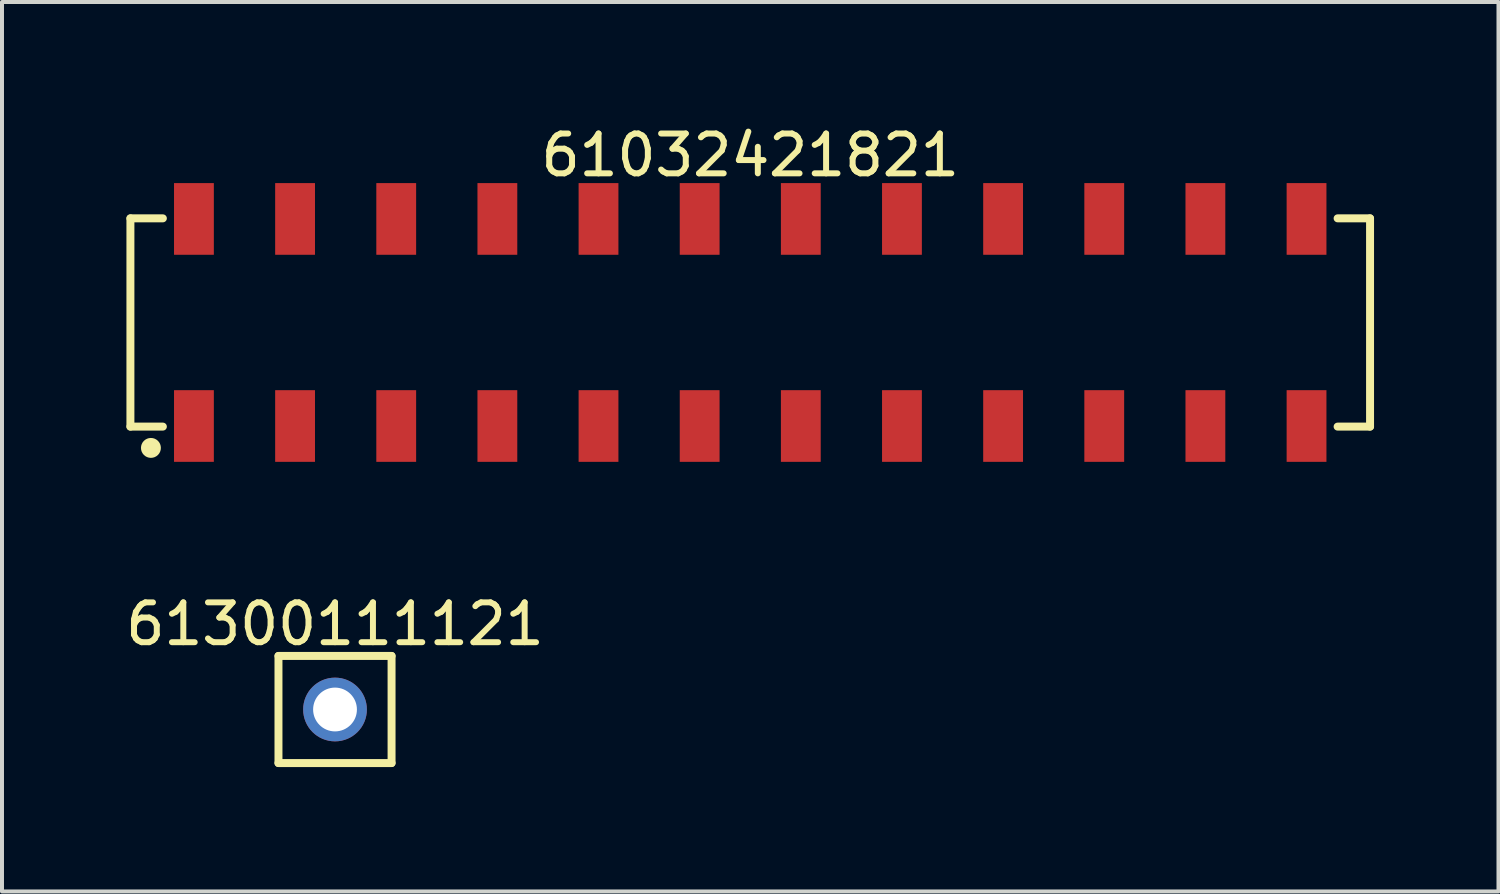
<source format=kicad_pcb>
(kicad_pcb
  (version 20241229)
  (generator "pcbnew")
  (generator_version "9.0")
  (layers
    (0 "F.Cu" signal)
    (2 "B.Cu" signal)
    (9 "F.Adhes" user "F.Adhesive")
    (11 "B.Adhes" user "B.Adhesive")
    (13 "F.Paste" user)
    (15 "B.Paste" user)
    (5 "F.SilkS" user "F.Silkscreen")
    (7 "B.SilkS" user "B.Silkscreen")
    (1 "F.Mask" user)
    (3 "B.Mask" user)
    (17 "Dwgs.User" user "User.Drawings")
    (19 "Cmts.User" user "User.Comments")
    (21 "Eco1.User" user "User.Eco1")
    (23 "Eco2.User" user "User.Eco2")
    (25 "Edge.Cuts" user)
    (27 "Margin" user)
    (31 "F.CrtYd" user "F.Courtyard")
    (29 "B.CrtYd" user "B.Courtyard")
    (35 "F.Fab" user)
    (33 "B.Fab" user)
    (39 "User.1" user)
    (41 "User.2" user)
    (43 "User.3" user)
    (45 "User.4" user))
  (footprint "61032421821"
    (layer "F.Cu")
    (at 15.79 5.048)
    (property "Reference" "61032421821" (at 0 -4.2 0) (layer "F.SilkS") (effects (font (size 1 1) (thickness 0.15))))
    (fp_line (start -15.565 -2.615) (end -14.75 -2.615) (stroke (width 0.2) (type solid)) (layer "F.SilkS"))
    (fp_line (start -15.565 2.615) (end -15.565 -2.615) (stroke (width 0.2) (type solid)) (layer "F.SilkS"))
    (fp_line (start -15.565 2.615) (end -14.75 2.615) (stroke (width 0.2) (type solid)) (layer "F.SilkS"))
    (fp_line (start 14.75 -2.615) (end 15.565 -2.615) (stroke (width 0.2) (type solid)) (layer "F.SilkS"))
    (fp_line (start 14.75 2.615) (end 15.565 2.615) (stroke (width 0.2) (type solid)) (layer "F.SilkS"))
    (fp_line (start 15.565 2.615) (end 15.565 -2.615) (stroke (width 0.2) (type solid)) (layer "F.SilkS"))
    (fp_circle (center -15.05 3.15) (end -15.05 3.025) (stroke (width 0.25) (type solid)) (fill no) (layer "F.SilkS"))
    (fp_line (start -15.765 -3.7) (end 15.765 -3.7) (stroke (width 0.05) (type solid)) (layer "Eco2.User"))
    (fp_line (start -15.765 3.7) (end -15.765 -3.7) (stroke (width 0.05) (type solid)) (layer "Eco2.User"))
    (fp_line (start -15.765 3.7) (end 15.765 3.7) (stroke (width 0.05) (type solid)) (layer "Eco2.User"))
    (fp_line (start -15.49 -2.54) (end 15.49 -2.54) (stroke (width 0.1) (type solid)) (layer "Eco2.User"))
    (fp_line (start -15.49 2.54) (end -15.49 -2.54) (stroke (width 0.1) (type solid)) (layer "Eco2.User"))
    (fp_line (start -15.49 2.54) (end 15.49 2.54) (stroke (width 0.1) (type solid)) (layer "Eco2.User"))
    (fp_line (start -14.29 -3.35) (end -13.65 -3.35) (stroke (width 0.1) (type solid)) (layer "Eco2.User"))
    (fp_line (start -14.29 -2.54) (end -14.29 -3.35) (stroke (width 0.1) (type solid)) (layer "Eco2.User"))
    (fp_line (start -14.29 3.35) (end -14.29 2.54) (stroke (width 0.1) (type solid)) (layer "Eco2.User"))
    (fp_line (start -14.29 3.35) (end -13.65 3.35) (stroke (width 0.1) (type solid)) (layer "Eco2.User"))
    (fp_line (start -13.65 -2.54) (end -13.65 -3.35) (stroke (width 0.1) (type solid)) (layer "Eco2.User"))
    (fp_line (start -13.65 3.35) (end -13.65 2.54) (stroke (width 0.1) (type solid)) (layer "Eco2.User"))
    (fp_line (start -11.75 -3.35) (end -11.11 -3.35) (stroke (width 0.1) (type solid)) (layer "Eco2.User"))
    (fp_line (start -11.75 -2.54) (end -11.75 -3.35) (stroke (width 0.1) (type solid)) (layer "Eco2.User"))
    (fp_line (start -11.75 3.35) (end -11.75 2.54) (stroke (width 0.1) (type solid)) (layer "Eco2.User"))
    (fp_line (start -11.75 3.35) (end -11.11 3.35) (stroke (width 0.1) (type solid)) (layer "Eco2.User"))
    (fp_line (start -11.11 -2.54) (end -11.11 -3.35) (stroke (width 0.1) (type solid)) (layer "Eco2.User"))
    (fp_line (start -11.11 3.35) (end -11.11 2.54) (stroke (width 0.1) (type solid)) (layer "Eco2.User"))
    (fp_line (start -9.21 -3.35) (end -8.57 -3.35) (stroke (width 0.1) (type solid)) (layer "Eco2.User"))
    (fp_line (start -9.21 -2.54) (end -9.21 -3.35) (stroke (width 0.1) (type solid)) (layer "Eco2.User"))
    (fp_line (start -9.21 3.35) (end -9.21 2.54) (stroke (width 0.1) (type solid)) (layer "Eco2.User"))
    (fp_line (start -9.21 3.35) (end -8.57 3.35) (stroke (width 0.1) (type solid)) (layer "Eco2.User"))
    (fp_line (start -8.57 -2.54) (end -8.57 -3.35) (stroke (width 0.1) (type solid)) (layer "Eco2.User"))
    (fp_line (start -8.57 3.35) (end -8.57 2.54) (stroke (width 0.1) (type solid)) (layer "Eco2.User"))
    (fp_line (start -6.67 -3.35) (end -6.03 -3.35) (stroke (width 0.1) (type solid)) (layer "Eco2.User"))
    (fp_line (start -6.67 -2.54) (end -6.67 -3.35) (stroke (width 0.1) (type solid)) (layer "Eco2.User"))
    (fp_line (start -6.67 3.35) (end -6.67 2.54) (stroke (width 0.1) (type solid)) (layer "Eco2.User"))
    (fp_line (start -6.67 3.35) (end -6.03 3.35) (stroke (width 0.1) (type solid)) (layer "Eco2.User"))
    (fp_line (start -6.03 -2.54) (end -6.03 -3.35) (stroke (width 0.1) (type solid)) (layer "Eco2.User"))
    (fp_line (start -6.03 3.35) (end -6.03 2.54) (stroke (width 0.1) (type solid)) (layer "Eco2.User"))
    (fp_line (start -4.13 -3.35) (end -3.49 -3.35) (stroke (width 0.1) (type solid)) (layer "Eco2.User"))
    (fp_line (start -4.13 -2.54) (end -4.13 -3.35) (stroke (width 0.1) (type solid)) (layer "Eco2.User"))
    (fp_line (start -4.13 3.35) (end -4.13 2.54) (stroke (width 0.1) (type solid)) (layer "Eco2.User"))
    (fp_line (start -4.13 3.35) (end -3.49 3.35) (stroke (width 0.1) (type solid)) (layer "Eco2.User"))
    (fp_line (start -3.49 -2.54) (end -3.49 -3.35) (stroke (width 0.1) (type solid)) (layer "Eco2.User"))
    (fp_line (start -3.49 3.35) (end -3.49 2.54) (stroke (width 0.1) (type solid)) (layer "Eco2.User"))
    (fp_line (start -1.59 -3.35) (end -0.95 -3.35) (stroke (width 0.1) (type solid)) (layer "Eco2.User"))
    (fp_line (start -1.59 -2.54) (end -1.59 -3.35) (stroke (width 0.1) (type solid)) (layer "Eco2.User"))
    (fp_line (start -1.59 3.35) (end -1.59 2.54) (stroke (width 0.1) (type solid)) (layer "Eco2.User"))
    (fp_line (start -1.59 3.35) (end -0.95 3.35) (stroke (width 0.1) (type solid)) (layer "Eco2.User"))
    (fp_line (start -0.95 -2.54) (end -0.95 -3.35) (stroke (width 0.1) (type solid)) (layer "Eco2.User"))
    (fp_line (start -0.95 3.35) (end -0.95 2.54) (stroke (width 0.1) (type solid)) (layer "Eco2.User"))
    (fp_line (start -0.5 0) (end 0.5 0) (stroke (width 0.05) (type solid)) (layer "Eco2.User"))
    (fp_line (start 0 0.5) (end 0 -0.5) (stroke (width 0.05) (type solid)) (layer "Eco2.User"))
    (fp_line (start 0.95 -3.35) (end 1.59 -3.35) (stroke (width 0.1) (type solid)) (layer "Eco2.User"))
    (fp_line (start 0.95 -2.54) (end 0.95 -3.35) (stroke (width 0.1) (type solid)) (layer "Eco2.User"))
    (fp_line (start 0.95 3.35) (end 0.95 2.54) (stroke (width 0.1) (type solid)) (layer "Eco2.User"))
    (fp_line (start 0.95 3.35) (end 1.59 3.35) (stroke (width 0.1) (type solid)) (layer "Eco2.User"))
    (fp_line (start 1.59 -2.54) (end 1.59 -3.35) (stroke (width 0.1) (type solid)) (layer "Eco2.User"))
    (fp_line (start 1.59 3.35) (end 1.59 2.54) (stroke (width 0.1) (type solid)) (layer "Eco2.User"))
    (fp_line (start 3.49 -3.35) (end 4.13 -3.35) (stroke (width 0.1) (type solid)) (layer "Eco2.User"))
    (fp_line (start 3.49 -2.54) (end 3.49 -3.35) (stroke (width 0.1) (type solid)) (layer "Eco2.User"))
    (fp_line (start 3.49 3.35) (end 3.49 2.54) (stroke (width 0.1) (type solid)) (layer "Eco2.User"))
    (fp_line (start 3.49 3.35) (end 4.13 3.35) (stroke (width 0.1) (type solid)) (layer "Eco2.User"))
    (fp_line (start 4.13 -2.54) (end 4.13 -3.35) (stroke (width 0.1) (type solid)) (layer "Eco2.User"))
    (fp_line (start 4.13 3.35) (end 4.13 2.54) (stroke (width 0.1) (type solid)) (layer "Eco2.User"))
    (fp_line (start 6.03 -3.35) (end 6.67 -3.35) (stroke (width 0.1) (type solid)) (layer "Eco2.User"))
    (fp_line (start 6.03 -2.54) (end 6.03 -3.35) (stroke (width 0.1) (type solid)) (layer "Eco2.User"))
    (fp_line (start 6.03 3.35) (end 6.03 2.54) (stroke (width 0.1) (type solid)) (layer "Eco2.User"))
    (fp_line (start 6.03 3.35) (end 6.67 3.35) (stroke (width 0.1) (type solid)) (layer "Eco2.User"))
    (fp_line (start 6.67 -2.54) (end 6.67 -3.35) (stroke (width 0.1) (type solid)) (layer "Eco2.User"))
    (fp_line (start 6.67 3.35) (end 6.67 2.54) (stroke (width 0.1) (type solid)) (layer "Eco2.User"))
    (fp_line (start 8.57 -3.35) (end 9.21 -3.35) (stroke (width 0.1) (type solid)) (layer "Eco2.User"))
    (fp_line (start 8.57 -2.54) (end 8.57 -3.35) (stroke (width 0.1) (type solid)) (layer "Eco2.User"))
    (fp_line (start 8.57 3.35) (end 8.57 2.54) (stroke (width 0.1) (type solid)) (layer "Eco2.User"))
    (fp_line (start 8.57 3.35) (end 9.21 3.35) (stroke (width 0.1) (type solid)) (layer "Eco2.User"))
    (fp_line (start 9.21 -2.54) (end 9.21 -3.35) (stroke (width 0.1) (type solid)) (layer "Eco2.User"))
    (fp_line (start 9.21 3.35) (end 9.21 2.54) (stroke (width 0.1) (type solid)) (layer "Eco2.User"))
    (fp_line (start 11.11 -3.35) (end 11.75 -3.35) (stroke (width 0.1) (type solid)) (layer "Eco2.User"))
    (fp_line (start 11.11 -2.54) (end 11.11 -3.35) (stroke (width 0.1) (type solid)) (layer "Eco2.User"))
    (fp_line (start 11.11 3.35) (end 11.11 2.54) (stroke (width 0.1) (type solid)) (layer "Eco2.User"))
    (fp_line (start 11.11 3.35) (end 11.75 3.35) (stroke (width 0.1) (type solid)) (layer "Eco2.User"))
    (fp_line (start 11.75 -2.54) (end 11.75 -3.35) (stroke (width 0.1) (type solid)) (layer "Eco2.User"))
    (fp_line (start 11.75 3.35) (end 11.75 2.54) (stroke (width 0.1) (type solid)) (layer "Eco2.User"))
    (fp_line (start 13.65 -3.35) (end 14.29 -3.35) (stroke (width 0.1) (type solid)) (layer "Eco2.User"))
    (fp_line (start 13.65 -2.54) (end 13.65 -3.35) (stroke (width 0.1) (type solid)) (layer "Eco2.User"))
    (fp_line (start 13.65 3.35) (end 13.65 2.54) (stroke (width 0.1) (type solid)) (layer "Eco2.User"))
    (fp_line (start 13.65 3.35) (end 14.29 3.35) (stroke (width 0.1) (type solid)) (layer "Eco2.User"))
    (fp_line (start 14.29 -2.54) (end 14.29 -3.35) (stroke (width 0.1) (type solid)) (layer "Eco2.User"))
    (fp_line (start 14.29 3.35) (end 14.29 2.54) (stroke (width 0.1) (type solid)) (layer "Eco2.User"))
    (fp_line (start 15.49 2.54) (end 15.49 -2.54) (stroke (width 0.1) (type solid)) (layer "Eco2.User"))
    (fp_line (start 15.765 3.7) (end 15.765 -3.7) (stroke (width 0.05) (type solid)) (layer "Eco2.User"))
    (fp_text user "${REFERENCE}" (at 0.15 -0.197 0) (unlocked yes) (layer "User.3") (effects (font (size 1.5 1.5) (thickness 0.15))))
    (pad "1" smd rect (at -13.97 2.6) (size 1 1.8) (layers "F.Cu" "F.Mask" "F.Paste"))
    (pad "2" smd rect (at -13.97 -2.6) (size 1 1.8) (layers "F.Cu" "F.Mask" "F.Paste"))
    (pad "3" smd rect (at -11.43 2.6) (size 1 1.8) (layers "F.Cu" "F.Mask" "F.Paste"))
    (pad "4" smd rect (at -11.43 -2.6) (size 1 1.8) (layers "F.Cu" "F.Mask" "F.Paste"))
    (pad "5" smd rect (at -8.89 2.6) (size 1 1.8) (layers "F.Cu" "F.Mask" "F.Paste"))
    (pad "6" smd rect (at -8.89 -2.6) (size 1 1.8) (layers "F.Cu" "F.Mask" "F.Paste"))
    (pad "7" smd rect (at -6.35 2.6) (size 1 1.8) (layers "F.Cu" "F.Mask" "F.Paste"))
    (pad "8" smd rect (at -6.35 -2.6) (size 1 1.8) (layers "F.Cu" "F.Mask" "F.Paste"))
    (pad "9" smd rect (at -3.81 2.6) (size 1 1.8) (layers "F.Cu" "F.Mask" "F.Paste"))
    (pad "10" smd rect (at -3.81 -2.6) (size 1 1.8) (layers "F.Cu" "F.Mask" "F.Paste"))
    (pad "11" smd rect (at -1.27 2.6) (size 1 1.8) (layers "F.Cu" "F.Mask" "F.Paste"))
    (pad "12" smd rect (at -1.27 -2.6) (size 1 1.8) (layers "F.Cu" "F.Mask" "F.Paste"))
    (pad "13" smd rect (at 1.27 2.6) (size 1 1.8) (layers "F.Cu" "F.Mask" "F.Paste"))
    (pad "14" smd rect (at 1.27 -2.6) (size 1 1.8) (layers "F.Cu" "F.Mask" "F.Paste"))
    (pad "15" smd rect (at 3.81 2.6) (size 1 1.8) (layers "F.Cu" "F.Mask" "F.Paste"))
    (pad "16" smd rect (at 3.81 -2.6) (size 1 1.8) (layers "F.Cu" "F.Mask" "F.Paste"))
    (pad "17" smd rect (at 6.35 2.6) (size 1 1.8) (layers "F.Cu" "F.Mask" "F.Paste"))
    (pad "18" smd rect (at 6.35 -2.6) (size 1 1.8) (layers "F.Cu" "F.Mask" "F.Paste"))
    (pad "19" smd rect (at 8.89 2.6) (size 1 1.8) (layers "F.Cu" "F.Mask" "F.Paste"))
    (pad "20" smd rect (at 8.89 -2.6) (size 1 1.8) (layers "F.Cu" "F.Mask" "F.Paste"))
    (pad "21" smd rect (at 11.43 2.6) (size 1 1.8) (layers "F.Cu" "F.Mask" "F.Paste"))
    (pad "22" smd rect (at 11.43 -2.6) (size 1 1.8) (layers "F.Cu" "F.Mask" "F.Paste"))
    (pad "23" smd rect (at 13.97 2.6) (size 1 1.8) (layers "F.Cu" "F.Mask" "F.Paste"))
    (pad "24" smd rect (at 13.97 -2.6) (size 1 1.8) (layers "F.Cu" "F.Mask" "F.Paste")))
  (footprint "61300111121"
    (layer "F.Cu")
    (at 5.363 14.767)
    (property "Reference" "61300111121" (at 0 -2.145 0) (layer "F.SilkS") (effects (font (size 1 1) (thickness 0.15))))
    (fp_line (start -1.42 -1.345) (end 1.42 -1.345) (stroke (width 0.2) (type solid)) (layer "F.SilkS"))
    (fp_line (start -1.42 1.345) (end -1.42 -1.345) (stroke (width 0.2) (type solid)) (layer "F.SilkS"))
    (fp_line (start -1.42 1.345) (end 1.42 1.345) (stroke (width 0.2) (type solid)) (layer "F.SilkS"))
    (fp_line (start 1.42 1.345) (end 1.42 -1.345) (stroke (width 0.2) (type solid)) (layer "F.SilkS"))
    (fp_line (start -1.62 -1.545) (end 1.62 -1.545) (stroke (width 0.05) (type solid)) (layer "Eco2.User"))
    (fp_line (start -1.62 1.545) (end -1.62 -1.545) (stroke (width 0.05) (type solid)) (layer "Eco2.User"))
    (fp_line (start -1.62 1.545) (end 1.62 1.545) (stroke (width 0.05) (type solid)) (layer "Eco2.User"))
    (fp_line (start -1.27 -1.27) (end 1.27 -1.27) (stroke (width 0.1) (type solid)) (layer "Eco2.User"))
    (fp_line (start -1.27 1.27) (end -1.27 -1.27) (stroke (width 0.1) (type solid)) (layer "Eco2.User"))
    (fp_line (start -1.27 1.27) (end 1.27 1.27) (stroke (width 0.1) (type solid)) (layer "Eco2.User"))
    (fp_line (start -0.5 0) (end 0.5 0) (stroke (width 0.05) (type solid)) (layer "Eco2.User"))
    (fp_line (start 0 0.5) (end 0 -0.5) (stroke (width 0.05) (type solid)) (layer "Eco2.User"))
    (fp_line (start 1.27 1.27) (end 1.27 -1.27) (stroke (width 0.1) (type solid)) (layer "Eco2.User"))
    (fp_line (start 1.62 1.545) (end 1.62 -1.545) (stroke (width 0.05) (type solid)) (layer "Eco2.User"))
    (fp_text user "${REFERENCE}" (at 0.1 -0.131 0) (unlocked yes) (layer "User.3") (effects (font (size 1 1) (thickness 0.1))))
    (pad "1" thru_hole circle (at 0 0) (size 1.6 1.6) (drill 1.1) (layers "*.Cu" "*.Mask")))
  (gr_rect
    (start -3 -3)
    (end 34.58 19.337)
    (stroke (width 0.1) (type default))
    (fill no)
    (layer "Edge.Cuts")))
</source>
